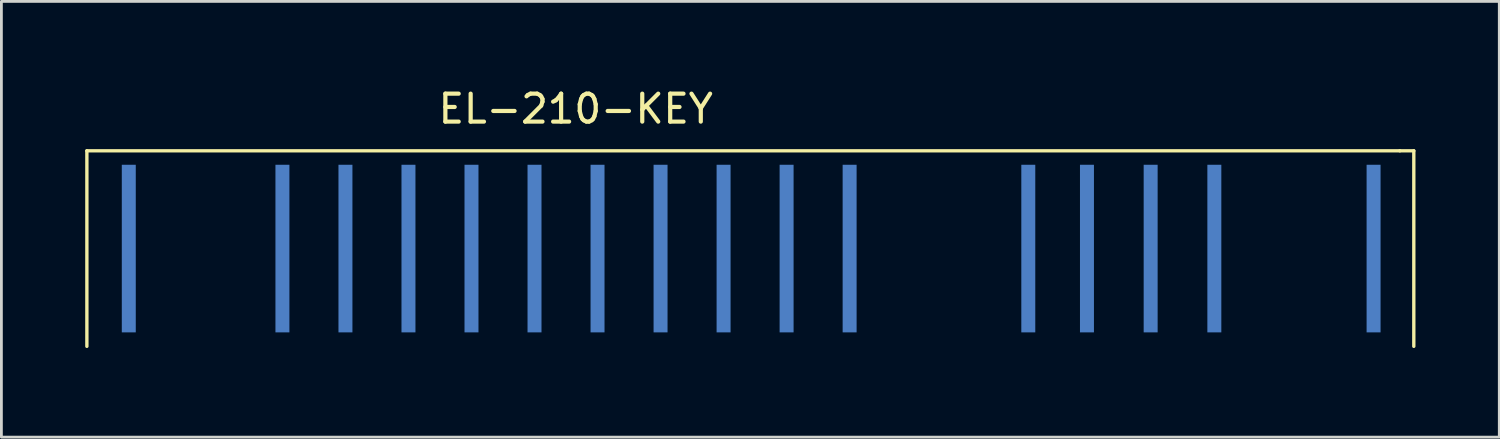
<source format=kicad_pcb>
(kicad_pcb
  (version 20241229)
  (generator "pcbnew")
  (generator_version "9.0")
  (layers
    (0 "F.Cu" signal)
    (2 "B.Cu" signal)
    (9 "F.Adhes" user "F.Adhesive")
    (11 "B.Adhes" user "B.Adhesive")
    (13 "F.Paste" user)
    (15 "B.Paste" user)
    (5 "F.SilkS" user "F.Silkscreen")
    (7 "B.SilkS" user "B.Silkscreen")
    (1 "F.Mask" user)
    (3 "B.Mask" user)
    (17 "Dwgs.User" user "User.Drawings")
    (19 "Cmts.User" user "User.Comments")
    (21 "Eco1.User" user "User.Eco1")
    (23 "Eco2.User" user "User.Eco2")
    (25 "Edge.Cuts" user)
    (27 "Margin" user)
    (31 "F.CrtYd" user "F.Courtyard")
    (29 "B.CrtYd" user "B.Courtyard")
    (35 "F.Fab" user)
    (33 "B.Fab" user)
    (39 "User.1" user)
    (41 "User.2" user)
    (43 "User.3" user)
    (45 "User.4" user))
  (footprint "EL-210-KEY"
    (layer "F.Cu")
    (at 1.56 9.348)
    (property "Reference" "EL-210-KEY" (at 16 -8.5 0) (layer "F.SilkS") (effects (font (size 1 1) (thickness 0.15))))
    (attr through_hole)
    (fp_line (start -1.5 -7) (end 45.5 -7) (stroke (width 0.12) (type solid)) (layer "F.SilkS"))
    (fp_line (start -1.5 0) (end -1.5 -7) (stroke (width 0.12) (type solid)) (layer "F.SilkS"))
    (fp_line (start 45.5 -7) (end 46 -7) (stroke (width 0.12) (type solid)) (layer "F.SilkS"))
    (fp_line (start 46 -7) (end 46 0) (stroke (width 0.12) (type solid)) (layer "F.SilkS"))
    (pad "1" smd rect (at 0 -3.5) (size 0.5 6) (layers "B.Cu" "B.Mask" "B.Paste"))
    (pad "2" smd rect (at 5.5 -3.5) (size 0.5 6) (layers "B.Cu" "B.Mask" "B.Paste"))
    (pad "3" smd rect (at 7.756 -3.5) (size 0.5 6) (layers "B.Cu" "B.Mask" "B.Paste"))
    (pad "4" smd rect (at 10.012 -3.5) (size 0.5 6) (layers "B.Cu" "B.Mask" "B.Paste"))
    (pad "5" smd rect (at 12.268 -3.5) (size 0.5 6) (layers "B.Cu" "B.Mask" "B.Paste"))
    (pad "6" smd rect (at 14.524 -3.5) (size 0.5 6) (layers "B.Cu" "B.Mask" "B.Paste"))
    (pad "7" smd rect (at 16.78 -3.5) (size 0.5 6) (layers "B.Cu" "B.Mask" "B.Paste"))
    (pad "8" smd rect (at 19.036 -3.5) (size 0.5 6) (layers "B.Cu" "B.Mask" "B.Paste"))
    (pad "9" smd rect (at 21.292 -3.5) (size 0.5 6) (layers "B.Cu" "B.Mask" "B.Paste"))
    (pad "10" smd rect (at 23.548 -3.5) (size 0.5 6) (layers "B.Cu" "B.Mask" "B.Paste"))
    (pad "11" smd rect (at 25.804 -3.5) (size 0.5 6) (layers "B.Cu" "B.Mask" "B.Paste"))
    (pad "12" smd rect (at 32.2 -3.5) (size 0.5 6) (layers "B.Cu" "B.Mask" "B.Paste"))
    (pad "13" smd rect (at 34.3 -3.5) (size 0.5 6) (layers "B.Cu" "B.Mask" "B.Paste"))
    (pad "14" smd rect (at 36.58 -3.5) (size 0.5 6) (layers "B.Cu" "B.Mask" "B.Paste"))
    (pad "15" smd rect (at 38.86 -3.5) (size 0.5 6) (layers "B.Cu" "B.Mask" "B.Paste"))
    (pad "16" smd rect (at 44.56 -3.5) (size 0.5 6) (layers "B.Cu" "B.Mask" "B.Paste")))
  (gr_rect
    (start -3 -3)
    (end 50.62 12.598)
    (stroke (width 0.1) (type default))
    (fill no)
    (layer "Edge.Cuts")))
</source>
